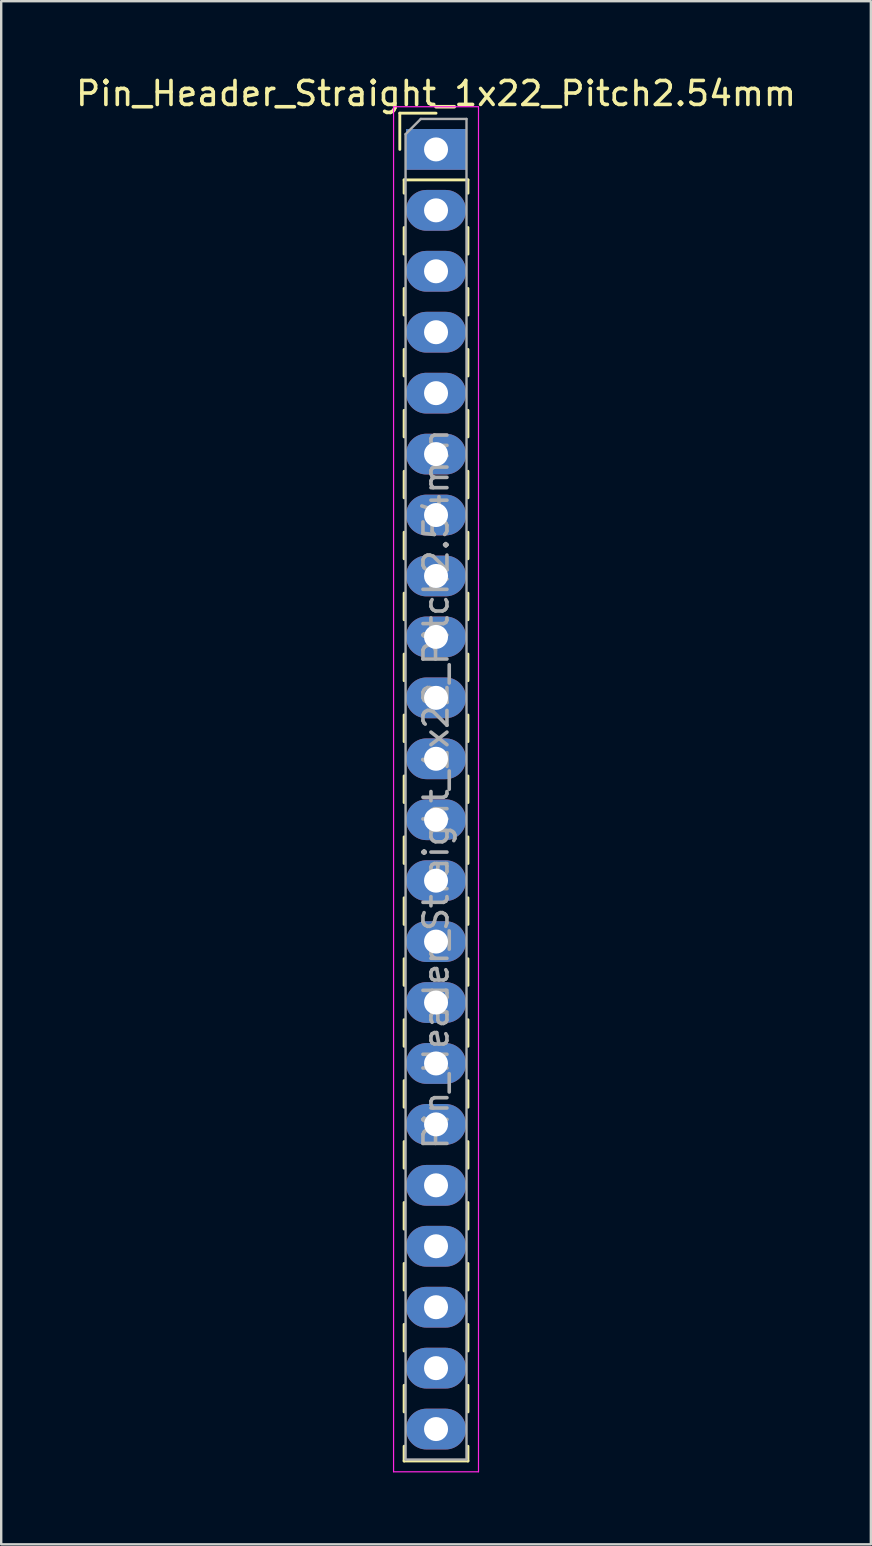
<source format=kicad_pcb>
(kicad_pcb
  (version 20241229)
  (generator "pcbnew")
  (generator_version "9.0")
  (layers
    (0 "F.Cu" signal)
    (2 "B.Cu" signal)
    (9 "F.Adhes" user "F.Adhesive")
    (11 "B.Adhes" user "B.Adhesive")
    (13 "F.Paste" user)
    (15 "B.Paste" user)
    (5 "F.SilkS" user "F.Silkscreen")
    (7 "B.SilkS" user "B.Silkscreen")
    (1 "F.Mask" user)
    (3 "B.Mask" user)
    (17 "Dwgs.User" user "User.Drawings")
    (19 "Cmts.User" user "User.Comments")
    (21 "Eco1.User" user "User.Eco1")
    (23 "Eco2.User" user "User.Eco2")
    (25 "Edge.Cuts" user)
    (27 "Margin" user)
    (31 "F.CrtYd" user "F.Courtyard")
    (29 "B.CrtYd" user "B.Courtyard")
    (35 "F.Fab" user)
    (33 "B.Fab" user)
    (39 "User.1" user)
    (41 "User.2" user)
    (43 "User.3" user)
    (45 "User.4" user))
  (footprint "Pin_Header_Straight_1x22_Pitch2.54mm"
    (layer "F.Cu")
    (at 15.125 3.178)
    (property "Reference" "Pin_Header_Straight_1x22_Pitch2.54mm" (at 0 -2.33 0) (layer "F.SilkS") (effects (font (size 1 1) (thickness 0.15))))
    (attr through_hole)
    (fp_line (start -1.51 -1.51) (end 0 -1.51) (stroke (width 0.12) (type solid)) (layer "F.SilkS"))
    (fp_line (start -1.51 0) (end -1.51 -1.51) (stroke (width 0.12) (type solid)) (layer "F.SilkS"))
    (fp_line (start -1.33 1.27) (end -1.33 1.825) (stroke (width 0.12) (type solid)) (layer "F.SilkS"))
    (fp_line (start -1.33 1.27) (end 1.33 1.27) (stroke (width 0.12) (type solid)) (layer "F.SilkS"))
    (fp_line (start -1.33 3.255) (end -1.33 4.365) (stroke (width 0.12) (type solid)) (layer "F.SilkS"))
    (fp_line (start -1.33 5.795) (end -1.33 6.905) (stroke (width 0.12) (type solid)) (layer "F.SilkS"))
    (fp_line (start -1.33 8.335) (end -1.33 9.445) (stroke (width 0.12) (type solid)) (layer "F.SilkS"))
    (fp_line (start -1.33 10.875) (end -1.33 11.985) (stroke (width 0.12) (type solid)) (layer "F.SilkS"))
    (fp_line (start -1.33 13.415) (end -1.33 14.525) (stroke (width 0.12) (type solid)) (layer "F.SilkS"))
    (fp_line (start -1.33 15.955) (end -1.33 17.065) (stroke (width 0.12) (type solid)) (layer "F.SilkS"))
    (fp_line (start -1.33 18.495) (end -1.33 19.605) (stroke (width 0.12) (type solid)) (layer "F.SilkS"))
    (fp_line (start -1.33 21.035) (end -1.33 22.145) (stroke (width 0.12) (type solid)) (layer "F.SilkS"))
    (fp_line (start -1.33 23.575) (end -1.33 24.685) (stroke (width 0.12) (type solid)) (layer "F.SilkS"))
    (fp_line (start -1.33 26.115) (end -1.33 27.225) (stroke (width 0.12) (type solid)) (layer "F.SilkS"))
    (fp_line (start -1.33 28.655) (end -1.33 29.765) (stroke (width 0.12) (type solid)) (layer "F.SilkS"))
    (fp_line (start -1.33 31.195) (end -1.33 32.305) (stroke (width 0.12) (type solid)) (layer "F.SilkS"))
    (fp_line (start -1.33 33.735) (end -1.33 34.845) (stroke (width 0.12) (type solid)) (layer "F.SilkS"))
    (fp_line (start -1.33 36.275) (end -1.33 37.385) (stroke (width 0.12) (type solid)) (layer "F.SilkS"))
    (fp_line (start -1.33 38.815) (end -1.33 39.925) (stroke (width 0.12) (type solid)) (layer "F.SilkS"))
    (fp_line (start -1.33 41.355) (end -1.33 42.465) (stroke (width 0.12) (type solid)) (layer "F.SilkS"))
    (fp_line (start -1.33 43.895) (end -1.33 45.005) (stroke (width 0.12) (type solid)) (layer "F.SilkS"))
    (fp_line (start -1.33 46.435) (end -1.33 47.545) (stroke (width 0.12) (type solid)) (layer "F.SilkS"))
    (fp_line (start -1.33 48.975) (end -1.33 50.085) (stroke (width 0.12) (type solid)) (layer "F.SilkS"))
    (fp_line (start -1.33 51.515) (end -1.33 52.625) (stroke (width 0.12) (type solid)) (layer "F.SilkS"))
    (fp_line (start -1.33 54.055) (end -1.33 54.67) (stroke (width 0.12) (type solid)) (layer "F.SilkS"))
    (fp_line (start -1.33 54.67) (end 1.33 54.67) (stroke (width 0.12) (type solid)) (layer "F.SilkS"))
    (fp_line (start 1.33 1.27) (end 1.33 1.825) (stroke (width 0.12) (type solid)) (layer "F.SilkS"))
    (fp_line (start 1.33 3.255) (end 1.33 4.365) (stroke (width 0.12) (type solid)) (layer "F.SilkS"))
    (fp_line (start 1.33 5.795) (end 1.33 6.905) (stroke (width 0.12) (type solid)) (layer "F.SilkS"))
    (fp_line (start 1.33 8.335) (end 1.33 9.445) (stroke (width 0.12) (type solid)) (layer "F.SilkS"))
    (fp_line (start 1.33 10.875) (end 1.33 11.985) (stroke (width 0.12) (type solid)) (layer "F.SilkS"))
    (fp_line (start 1.33 13.415) (end 1.33 14.525) (stroke (width 0.12) (type solid)) (layer "F.SilkS"))
    (fp_line (start 1.33 15.955) (end 1.33 17.065) (stroke (width 0.12) (type solid)) (layer "F.SilkS"))
    (fp_line (start 1.33 18.495) (end 1.33 19.605) (stroke (width 0.12) (type solid)) (layer "F.SilkS"))
    (fp_line (start 1.33 21.035) (end 1.33 22.145) (stroke (width 0.12) (type solid)) (layer "F.SilkS"))
    (fp_line (start 1.33 23.575) (end 1.33 24.685) (stroke (width 0.12) (type solid)) (layer "F.SilkS"))
    (fp_line (start 1.33 26.115) (end 1.33 27.225) (stroke (width 0.12) (type solid)) (layer "F.SilkS"))
    (fp_line (start 1.33 28.655) (end 1.33 29.765) (stroke (width 0.12) (type solid)) (layer "F.SilkS"))
    (fp_line (start 1.33 31.195) (end 1.33 32.305) (stroke (width 0.12) (type solid)) (layer "F.SilkS"))
    (fp_line (start 1.33 33.735) (end 1.33 34.845) (stroke (width 0.12) (type solid)) (layer "F.SilkS"))
    (fp_line (start 1.33 36.275) (end 1.33 37.385) (stroke (width 0.12) (type solid)) (layer "F.SilkS"))
    (fp_line (start 1.33 38.815) (end 1.33 39.925) (stroke (width 0.12) (type solid)) (layer "F.SilkS"))
    (fp_line (start 1.33 41.355) (end 1.33 42.465) (stroke (width 0.12) (type solid)) (layer "F.SilkS"))
    (fp_line (start 1.33 43.895) (end 1.33 45.005) (stroke (width 0.12) (type solid)) (layer "F.SilkS"))
    (fp_line (start 1.33 46.435) (end 1.33 47.545) (stroke (width 0.12) (type solid)) (layer "F.SilkS"))
    (fp_line (start 1.33 48.975) (end 1.33 50.085) (stroke (width 0.12) (type solid)) (layer "F.SilkS"))
    (fp_line (start 1.33 51.515) (end 1.33 52.625) (stroke (width 0.12) (type solid)) (layer "F.SilkS"))
    (fp_line (start 1.33 54.055) (end 1.33 54.67) (stroke (width 0.12) (type solid)) (layer "F.SilkS"))
    (fp_line (start -1.77 -1.78) (end -1.77 55.12) (stroke (width 0.05) (type solid)) (layer "F.CrtYd"))
    (fp_line (start -1.77 55.12) (end 1.77 55.12) (stroke (width 0.05) (type solid)) (layer "F.CrtYd"))
    (fp_line (start 1.77 -1.78) (end -1.77 -1.78) (stroke (width 0.05) (type solid)) (layer "F.CrtYd"))
    (fp_line (start 1.77 55.12) (end 1.77 -1.78) (stroke (width 0.05) (type solid)) (layer "F.CrtYd"))
    (fp_line (start -1.27 -0.635) (end -0.635 -1.27) (stroke (width 0.1) (type solid)) (layer "F.Fab"))
    (fp_line (start -1.27 54.61) (end -1.27 -0.635) (stroke (width 0.1) (type solid)) (layer "F.Fab"))
    (fp_line (start -0.635 -1.27) (end 1.27 -1.27) (stroke (width 0.1) (type solid)) (layer "F.Fab"))
    (fp_line (start 1.27 -1.27) (end 1.27 54.61) (stroke (width 0.1) (type solid)) (layer "F.Fab"))
    (fp_line (start 1.27 54.61) (end -1.27 54.61) (stroke (width 0.1) (type solid)) (layer "F.Fab"))
    (fp_text user "${REFERENCE}" (at 0 26.67 90) (layer "F.Fab") (effects (font (size 1 1) (thickness 0.15))))
    (pad "1" thru_hole rect (at 0 0) (size 2.5 1.7) (drill 1) (layers "*.Cu" "*.Mask"))
    (pad "2" thru_hole oval (at 0 2.54) (size 2.5 1.7) (drill 1) (layers "*.Cu" "*.Mask"))
    (pad "3" thru_hole oval (at 0 5.08) (size 2.5 1.7) (drill 1) (layers "*.Cu" "*.Mask"))
    (pad "4" thru_hole oval (at 0 7.62) (size 2.5 1.7) (drill 1) (layers "*.Cu" "*.Mask"))
    (pad "5" thru_hole oval (at 0 10.16) (size 2.5 1.7) (drill 1) (layers "*.Cu" "*.Mask"))
    (pad "6" thru_hole oval (at 0 12.7) (size 2.5 1.7) (drill 1) (layers "*.Cu" "*.Mask"))
    (pad "7" thru_hole oval (at 0 15.24) (size 2.5 1.7) (drill 1) (layers "*.Cu" "*.Mask"))
    (pad "8" thru_hole oval (at 0 17.78) (size 2.5 1.7) (drill 1) (layers "*.Cu" "*.Mask"))
    (pad "9" thru_hole oval (at 0 20.32) (size 2.5 1.7) (drill 1) (layers "*.Cu" "*.Mask"))
    (pad "10" thru_hole oval (at 0 22.86) (size 2.5 1.7) (drill 1) (layers "*.Cu" "*.Mask"))
    (pad "11" thru_hole oval (at 0 25.4) (size 2.5 1.7) (drill 1) (layers "*.Cu" "*.Mask"))
    (pad "12" thru_hole oval (at 0 27.94) (size 2.5 1.7) (drill 1) (layers "*.Cu" "*.Mask"))
    (pad "13" thru_hole oval (at 0 30.48) (size 2.5 1.7) (drill 1) (layers "*.Cu" "*.Mask"))
    (pad "14" thru_hole oval (at 0 33.02) (size 2.5 1.7) (drill 1) (layers "*.Cu" "*.Mask"))
    (pad "15" thru_hole oval (at 0 35.56) (size 2.5 1.7) (drill 1) (layers "*.Cu" "*.Mask"))
    (pad "16" thru_hole oval (at 0 38.1) (size 2.5 1.7) (drill 1) (layers "*.Cu" "*.Mask"))
    (pad "17" thru_hole oval (at 0 40.64) (size 2.5 1.7) (drill 1) (layers "*.Cu" "*.Mask"))
    (pad "18" thru_hole oval (at 0 43.18) (size 2.5 1.7) (drill 1) (layers "*.Cu" "*.Mask"))
    (pad "19" thru_hole oval (at 0 45.72) (size 2.5 1.7) (drill 1) (layers "*.Cu" "*.Mask"))
    (pad "20" thru_hole oval (at 0 48.26) (size 2.5 1.7) (drill 1) (layers "*.Cu" "*.Mask"))
    (pad "21" thru_hole oval (at 0 50.8) (size 2.5 1.7) (drill 1) (layers "*.Cu" "*.Mask"))
    (pad "22" thru_hole oval (at 0 53.34) (size 2.5 1.7) (drill 1) (layers "*.Cu" "*.Mask")))
  (gr_rect
    (start -3 -3)
    (end 33.25 61.323)
    (stroke (width 0.1) (type default))
    (fill no)
    (layer "Edge.Cuts")))
</source>
